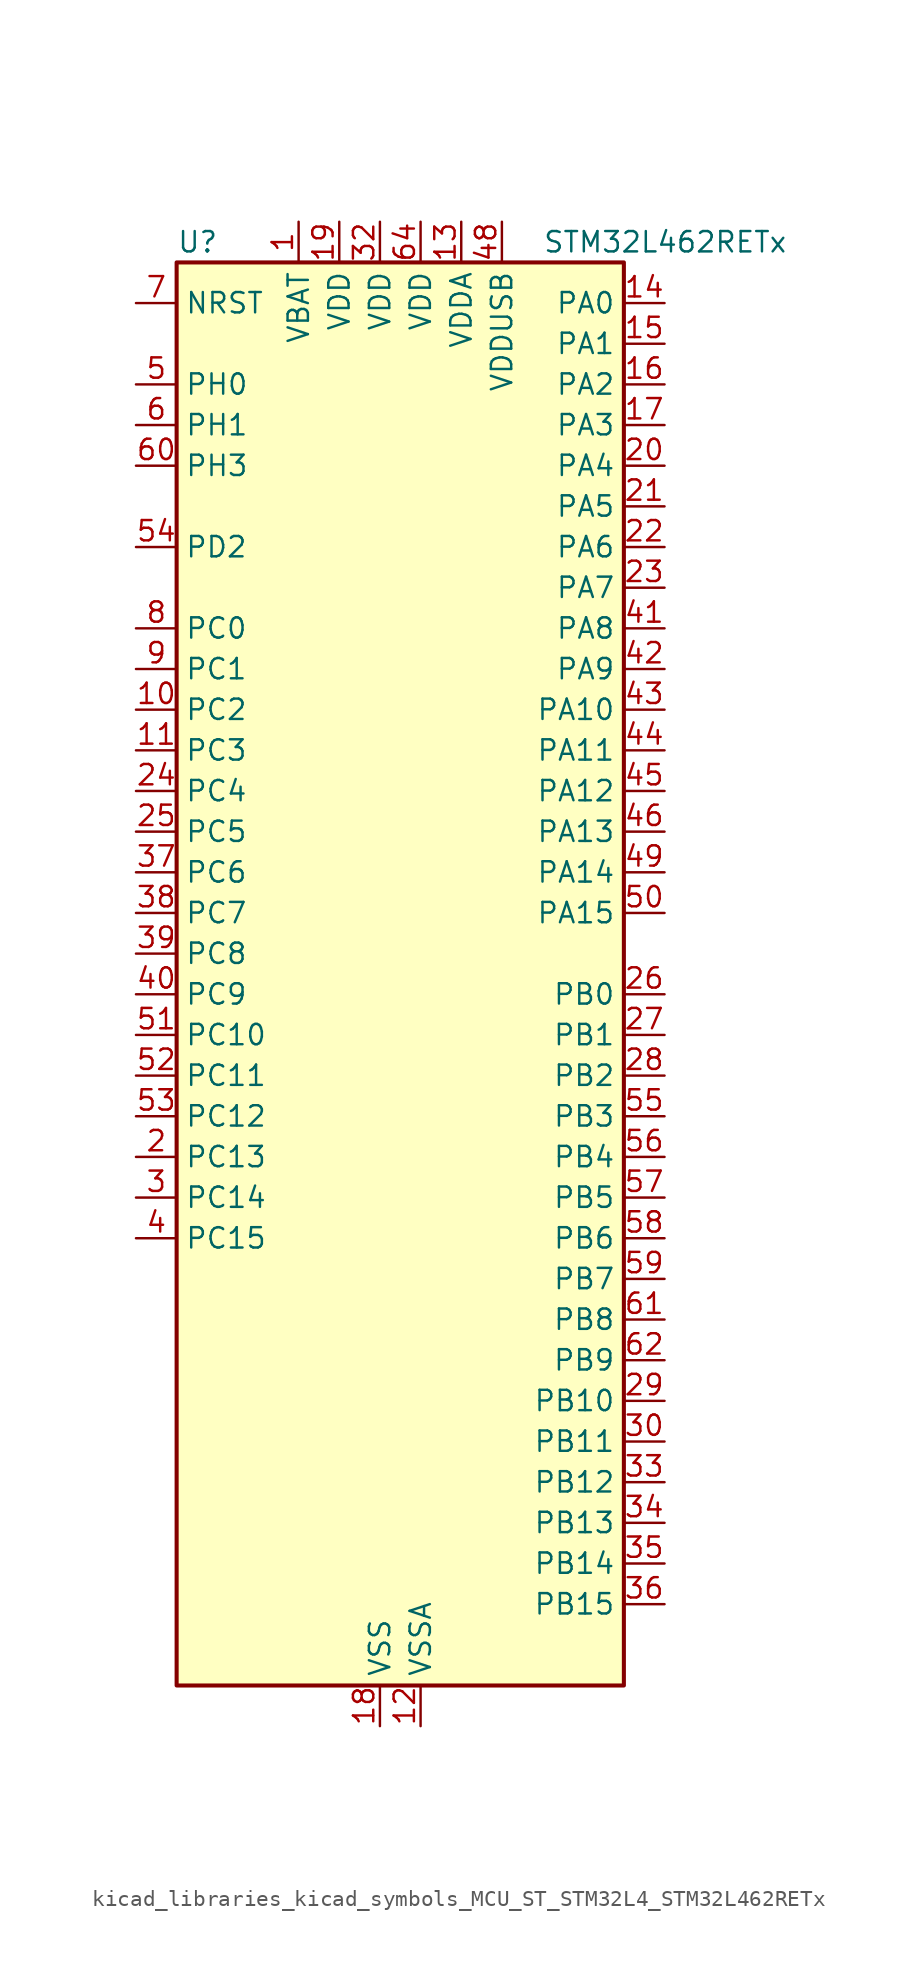
<source format=kicad_sym>
(kicad_symbol_lib
  (version 20220914)
  (generator kicad_symbol_editor)
  (symbol "kicad_libraries_kicad_symbols_MCU_ST_STM32L4_STM32L462RETx"
    (property "Reference" "U"
      (at -12.7 46.99 0)
      (effects (font (size 1.27 1.27)) (justify left)))
    (property "Value" "STM32L462RETx"
      (at 10.16 46.99 0)
      (effects (font (size 1.27 1.27)) (justify left)))
    (property "ki_locked" ""
      (at 0 0 0)
      (effects (font (size 1.27 1.27))))
    (symbol "kicad_libraries_kicad_symbols_MCU_ST_STM32L4_STM32L462RETx_0_1"
      (rectangle (start -12.7 -43.18) (end 15.24 45.72) (stroke (width 0.254) (type default)) (fill (type background))))
    (symbol "kicad_libraries_kicad_symbols_MCU_ST_STM32L4_STM32L462RETx_1_1"
      (pin power_in line (at -5.08 48.26 270) (length 2.54) (name "VBAT" (effects (font (size 1.27 1.27)))) (number "1" (effects (font (size 1.27 1.27)))))
      (pin bidirectional line (at -15.24 17.78 0) (length 2.54) (name "PC2" (effects (font (size 1.27 1.27)))) (number "10" (effects (font (size 1.27 1.27)))) (alternate "ADC1_IN3" bidirectional line) (alternate "DFSDM1_CKOUT" bidirectional line) (alternate "LPTIM1_IN2" bidirectional line) (alternate "SPI2_MISO" bidirectional line))
      (pin bidirectional line (at -15.24 15.24 0) (length 2.54) (name "PC3" (effects (font (size 1.27 1.27)))) (number "11" (effects (font (size 1.27 1.27)))) (alternate "ADC1_IN4" bidirectional line) (alternate "LPTIM1_ETR" bidirectional line) (alternate "LPTIM2_ETR" bidirectional line) (alternate "SAI1_SD_A" bidirectional line) (alternate "SPI2_MOSI" bidirectional line))
      (pin power_in line (at 2.54 -45.72 90) (length 2.54) (name "VSSA" (effects (font (size 1.27 1.27)))) (number "12" (effects (font (size 1.27 1.27)))))
      (pin power_in line (at 5.08 48.26 270) (length 2.54) (name "VDDA" (effects (font (size 1.27 1.27)))) (number "13" (effects (font (size 1.27 1.27)))))
      (pin bidirectional line (at 17.78 43.18 180) (length 2.54) (name "PA0" (effects (font (size 1.27 1.27)))) (number "14" (effects (font (size 1.27 1.27)))) (alternate "ADC1_IN5" bidirectional line) (alternate "COMP1_INM" bidirectional line) (alternate "COMP1_OUT" bidirectional line) (alternate "OPAMP1_VINP" bidirectional line) (alternate "RTC_TAMP2" bidirectional line) (alternate "SAI1_EXTCLK" bidirectional line) (alternate "SYS_WKUP1" bidirectional line) (alternate "TIM2_CH1" bidirectional line) (alternate "TIM2_ETR" bidirectional line) (alternate "UART4_TX" bidirectional line) (alternate "USART2_CTS" bidirectional line))
      (pin bidirectional line (at 17.78 40.64 180) (length 2.54) (name "PA1" (effects (font (size 1.27 1.27)))) (number "15" (effects (font (size 1.27 1.27)))) (alternate "ADC1_IN6" bidirectional line) (alternate "COMP1_INP" bidirectional line) (alternate "I2C1_SMBA" bidirectional line) (alternate "OPAMP1_VINM" bidirectional line) (alternate "SPI1_SCK" bidirectional line) (alternate "TIM15_CH1N" bidirectional line) (alternate "TIM2_CH2" bidirectional line) (alternate "UART4_RX" bidirectional line) (alternate "USART2_DE" bidirectional line) (alternate "USART2_RTS" bidirectional line))
      (pin bidirectional line (at 17.78 38.1 180) (length 2.54) (name "PA2" (effects (font (size 1.27 1.27)))) (number "16" (effects (font (size 1.27 1.27)))) (alternate "ADC1_IN7" bidirectional line) (alternate "COMP2_INM" bidirectional line) (alternate "COMP2_OUT" bidirectional line) (alternate "LPUART1_TX" bidirectional line) (alternate "QUADSPI_BK1_NCS" bidirectional line) (alternate "RCC_LSCO" bidirectional line) (alternate "SYS_WKUP4" bidirectional line) (alternate "TIM15_CH1" bidirectional line) (alternate "TIM2_CH3" bidirectional line) (alternate "USART2_TX" bidirectional line))
      (pin bidirectional line (at 17.78 35.56 180) (length 2.54) (name "PA3" (effects (font (size 1.27 1.27)))) (number "17" (effects (font (size 1.27 1.27)))) (alternate "ADC1_IN8" bidirectional line) (alternate "COMP2_INP" bidirectional line) (alternate "LPUART1_RX" bidirectional line) (alternate "OPAMP1_VOUT" bidirectional line) (alternate "QUADSPI_CLK" bidirectional line) (alternate "SAI1_MCLK_A" bidirectional line) (alternate "TIM15_CH2" bidirectional line) (alternate "TIM2_CH4" bidirectional line) (alternate "USART2_RX" bidirectional line))
      (pin power_in line (at 0 -45.72 90) (length 2.54) (name "VSS" (effects (font (size 1.27 1.27)))) (number "18" (effects (font (size 1.27 1.27)))))
      (pin power_in line (at -2.54 48.26 270) (length 2.54) (name "VDD" (effects (font (size 1.27 1.27)))) (number "19" (effects (font (size 1.27 1.27)))))
      (pin bidirectional line (at -15.24 -10.16 0) (length 2.54) (name "PC13" (effects (font (size 1.27 1.27)))) (number "2" (effects (font (size 1.27 1.27)))) (alternate "RTC_OUT_ALARM" bidirectional line) (alternate "RTC_OUT_CALIB" bidirectional line) (alternate "RTC_TAMP1" bidirectional line) (alternate "RTC_TS" bidirectional line) (alternate "SYS_WKUP2" bidirectional line))
      (pin bidirectional line (at 17.78 33.02 180) (length 2.54) (name "PA4" (effects (font (size 1.27 1.27)))) (number "20" (effects (font (size 1.27 1.27)))) (alternate "ADC1_IN9" bidirectional line) (alternate "COMP1_INM" bidirectional line) (alternate "COMP2_INM" bidirectional line) (alternate "DAC1_OUT1" bidirectional line) (alternate "LPTIM2_OUT" bidirectional line) (alternate "SAI1_FS_B" bidirectional line) (alternate "SPI1_NSS" bidirectional line) (alternate "SPI3_NSS" bidirectional line) (alternate "USART2_CK" bidirectional line))
      (pin bidirectional line (at 17.78 30.48 180) (length 2.54) (name "PA5" (effects (font (size 1.27 1.27)))) (number "21" (effects (font (size 1.27 1.27)))) (alternate "ADC1_IN10" bidirectional line) (alternate "COMP1_INM" bidirectional line) (alternate "COMP2_INM" bidirectional line) (alternate "DFSDM1_CKOUT" bidirectional line) (alternate "LPTIM2_ETR" bidirectional line) (alternate "SPI1_SCK" bidirectional line) (alternate "TIM2_CH1" bidirectional line) (alternate "TIM2_ETR" bidirectional line))
      (pin bidirectional line (at 17.78 27.94 180) (length 2.54) (name "PA6" (effects (font (size 1.27 1.27)))) (number "22" (effects (font (size 1.27 1.27)))) (alternate "ADC1_IN11" bidirectional line) (alternate "COMP1_OUT" bidirectional line) (alternate "LPUART1_CTS" bidirectional line) (alternate "QUADSPI_BK1_IO3" bidirectional line) (alternate "SPI1_MISO" bidirectional line) (alternate "TIM16_CH1" bidirectional line) (alternate "TIM1_BKIN" bidirectional line) (alternate "TIM1_BKIN_COMP2" bidirectional line) (alternate "TIM3_CH1" bidirectional line) (alternate "USART3_CTS" bidirectional line))
      (pin bidirectional line (at 17.78 25.4 180) (length 2.54) (name "PA7" (effects (font (size 1.27 1.27)))) (number "23" (effects (font (size 1.27 1.27)))) (alternate "ADC1_IN12" bidirectional line) (alternate "COMP2_OUT" bidirectional line) (alternate "DFSDM1_DATIN0" bidirectional line) (alternate "I2C3_SCL" bidirectional line) (alternate "QUADSPI_BK1_IO2" bidirectional line) (alternate "SPI1_MOSI" bidirectional line) (alternate "TIM1_CH1N" bidirectional line) (alternate "TIM3_CH2" bidirectional line))
      (pin bidirectional line (at -15.24 12.7 0) (length 2.54) (name "PC4" (effects (font (size 1.27 1.27)))) (number "24" (effects (font (size 1.27 1.27)))) (alternate "ADC1_IN13" bidirectional line) (alternate "COMP1_INM" bidirectional line) (alternate "USART3_TX" bidirectional line))
      (pin bidirectional line (at -15.24 10.16 0) (length 2.54) (name "PC5" (effects (font (size 1.27 1.27)))) (number "25" (effects (font (size 1.27 1.27)))) (alternate "ADC1_IN14" bidirectional line) (alternate "COMP1_INP" bidirectional line) (alternate "SYS_WKUP5" bidirectional line) (alternate "USART3_RX" bidirectional line))
      (pin bidirectional line (at 17.78 0 180) (length 2.54) (name "PB0" (effects (font (size 1.27 1.27)))) (number "26" (effects (font (size 1.27 1.27)))) (alternate "ADC1_IN15" bidirectional line) (alternate "COMP1_OUT" bidirectional line) (alternate "DFSDM1_CKIN0" bidirectional line) (alternate "QUADSPI_BK1_IO1" bidirectional line) (alternate "SAI1_EXTCLK" bidirectional line) (alternate "SPI1_NSS" bidirectional line) (alternate "TIM1_CH2N" bidirectional line) (alternate "TIM3_CH3" bidirectional line) (alternate "USART3_CK" bidirectional line))
      (pin bidirectional line (at 17.78 -2.54 180) (length 2.54) (name "PB1" (effects (font (size 1.27 1.27)))) (number "27" (effects (font (size 1.27 1.27)))) (alternate "ADC1_IN16" bidirectional line) (alternate "COMP1_INM" bidirectional line) (alternate "DFSDM1_DATIN0" bidirectional line) (alternate "LPTIM2_IN1" bidirectional line) (alternate "LPUART1_DE" bidirectional line) (alternate "LPUART1_RTS" bidirectional line) (alternate "QUADSPI_BK1_IO0" bidirectional line) (alternate "TIM1_CH3N" bidirectional line) (alternate "TIM3_CH4" bidirectional line) (alternate "USART3_DE" bidirectional line) (alternate "USART3_RTS" bidirectional line))
      (pin bidirectional line (at 17.78 -5.08 180) (length 2.54) (name "PB2" (effects (font (size 1.27 1.27)))) (number "28" (effects (font (size 1.27 1.27)))) (alternate "COMP1_INP" bidirectional line) (alternate "DFSDM1_CKIN0" bidirectional line) (alternate "I2C3_SMBA" bidirectional line) (alternate "LPTIM1_OUT" bidirectional line) (alternate "RTC_OUT_ALARM" bidirectional line) (alternate "RTC_OUT_CALIB" bidirectional line))
      (pin bidirectional line (at 17.78 -25.4 180) (length 2.54) (name "PB10" (effects (font (size 1.27 1.27)))) (number "29" (effects (font (size 1.27 1.27)))) (alternate "COMP1_OUT" bidirectional line) (alternate "I2C2_SCL" bidirectional line) (alternate "I2C4_SCL" bidirectional line) (alternate "LPUART1_RX" bidirectional line) (alternate "QUADSPI_CLK" bidirectional line) (alternate "SAI1_SCK_A" bidirectional line) (alternate "SPI2_SCK" bidirectional line) (alternate "TIM2_CH3" bidirectional line) (alternate "TSC_SYNC" bidirectional line) (alternate "USART3_TX" bidirectional line))
      (pin bidirectional line (at -15.24 -12.7 0) (length 2.54) (name "PC14" (effects (font (size 1.27 1.27)))) (number "3" (effects (font (size 1.27 1.27)))) (alternate "RCC_OSC32_IN" bidirectional line))
      (pin bidirectional line (at 17.78 -27.94 180) (length 2.54) (name "PB11" (effects (font (size 1.27 1.27)))) (number "30" (effects (font (size 1.27 1.27)))) (alternate "ADC1_EXTI11" bidirectional line) (alternate "COMP2_OUT" bidirectional line) (alternate "I2C2_SDA" bidirectional line) (alternate "I2C4_SDA" bidirectional line) (alternate "LPUART1_TX" bidirectional line) (alternate "QUADSPI_BK1_NCS" bidirectional line) (alternate "TIM2_CH4" bidirectional line) (alternate "USART3_RX" bidirectional line))
      (pin passive line (at 0 -45.72 90) (length 2.54) hide (name "VSS" (effects (font (size 1.27 1.27)))) (number "31" (effects (font (size 1.27 1.27)))))
      (pin power_in line (at 0 48.26 270) (length 2.54) (name "VDD" (effects (font (size 1.27 1.27)))) (number "32" (effects (font (size 1.27 1.27)))))
      (pin bidirectional line (at 17.78 -30.48 180) (length 2.54) (name "PB12" (effects (font (size 1.27 1.27)))) (number "33" (effects (font (size 1.27 1.27)))) (alternate "CAN1_RX" bidirectional line) (alternate "DFSDM1_DATIN1" bidirectional line) (alternate "I2C2_SMBA" bidirectional line) (alternate "LPUART1_DE" bidirectional line) (alternate "LPUART1_RTS" bidirectional line) (alternate "SAI1_FS_A" bidirectional line) (alternate "SPI2_NSS" bidirectional line) (alternate "TIM15_BKIN" bidirectional line) (alternate "TIM1_BKIN" bidirectional line) (alternate "TIM1_BKIN_COMP2" bidirectional line) (alternate "TSC_G1_IO1" bidirectional line) (alternate "USART3_CK" bidirectional line))
      (pin bidirectional line (at 17.78 -33.02 180) (length 2.54) (name "PB13" (effects (font (size 1.27 1.27)))) (number "34" (effects (font (size 1.27 1.27)))) (alternate "CAN1_TX" bidirectional line) (alternate "DFSDM1_CKIN1" bidirectional line) (alternate "I2C2_SCL" bidirectional line) (alternate "LPUART1_CTS" bidirectional line) (alternate "SAI1_SCK_A" bidirectional line) (alternate "SPI2_SCK" bidirectional line) (alternate "TIM15_CH1N" bidirectional line) (alternate "TIM1_CH1N" bidirectional line) (alternate "TSC_G1_IO2" bidirectional line) (alternate "USART3_CTS" bidirectional line))
      (pin bidirectional line (at 17.78 -35.56 180) (length 2.54) (name "PB14" (effects (font (size 1.27 1.27)))) (number "35" (effects (font (size 1.27 1.27)))) (alternate "DFSDM1_DATIN2" bidirectional line) (alternate "I2C2_SDA" bidirectional line) (alternate "SAI1_MCLK_A" bidirectional line) (alternate "SPI2_MISO" bidirectional line) (alternate "TIM15_CH1" bidirectional line) (alternate "TIM1_CH2N" bidirectional line) (alternate "TSC_G1_IO3" bidirectional line) (alternate "USART3_DE" bidirectional line) (alternate "USART3_RTS" bidirectional line))
      (pin bidirectional line (at 17.78 -38.1 180) (length 2.54) (name "PB15" (effects (font (size 1.27 1.27)))) (number "36" (effects (font (size 1.27 1.27)))) (alternate "ADC1_EXTI15" bidirectional line) (alternate "DFSDM1_CKIN2" bidirectional line) (alternate "RTC_REFIN" bidirectional line) (alternate "SAI1_SD_A" bidirectional line) (alternate "SPI2_MOSI" bidirectional line) (alternate "TIM15_CH2" bidirectional line) (alternate "TIM1_CH3N" bidirectional line) (alternate "TSC_G1_IO4" bidirectional line))
      (pin bidirectional line (at -15.24 7.62 0) (length 2.54) (name "PC6" (effects (font (size 1.27 1.27)))) (number "37" (effects (font (size 1.27 1.27)))) (alternate "DFSDM1_CKIN3" bidirectional line) (alternate "SDMMC1_D6" bidirectional line) (alternate "TIM3_CH1" bidirectional line) (alternate "TSC_G4_IO1" bidirectional line))
      (pin bidirectional line (at -15.24 5.08 0) (length 2.54) (name "PC7" (effects (font (size 1.27 1.27)))) (number "38" (effects (font (size 1.27 1.27)))) (alternate "DFSDM1_DATIN3" bidirectional line) (alternate "SDMMC1_D7" bidirectional line) (alternate "TIM3_CH2" bidirectional line) (alternate "TSC_G4_IO2" bidirectional line))
      (pin bidirectional line (at -15.24 2.54 0) (length 2.54) (name "PC8" (effects (font (size 1.27 1.27)))) (number "39" (effects (font (size 1.27 1.27)))) (alternate "SDMMC1_D0" bidirectional line) (alternate "TIM3_CH3" bidirectional line) (alternate "TSC_G4_IO3" bidirectional line))
      (pin bidirectional line (at -15.24 -15.24 0) (length 2.54) (name "PC15" (effects (font (size 1.27 1.27)))) (number "4" (effects (font (size 1.27 1.27)))) (alternate "ADC1_EXTI15" bidirectional line) (alternate "RCC_OSC32_OUT" bidirectional line))
      (pin bidirectional line (at -15.24 0 0) (length 2.54) (name "PC9" (effects (font (size 1.27 1.27)))) (number "40" (effects (font (size 1.27 1.27)))) (alternate "DAC1_EXTI9" bidirectional line) (alternate "SDMMC1_D1" bidirectional line) (alternate "TIM3_CH4" bidirectional line) (alternate "TSC_G4_IO4" bidirectional line) (alternate "USB_NOE" bidirectional line))
      (pin bidirectional line (at 17.78 22.86 180) (length 2.54) (name "PA8" (effects (font (size 1.27 1.27)))) (number "41" (effects (font (size 1.27 1.27)))) (alternate "DFSDM1_CKIN1" bidirectional line) (alternate "LPTIM2_OUT" bidirectional line) (alternate "RCC_MCO" bidirectional line) (alternate "SAI1_SCK_A" bidirectional line) (alternate "TIM1_CH1" bidirectional line) (alternate "USART1_CK" bidirectional line))
      (pin bidirectional line (at 17.78 20.32 180) (length 2.54) (name "PA9" (effects (font (size 1.27 1.27)))) (number "42" (effects (font (size 1.27 1.27)))) (alternate "DAC1_EXTI9" bidirectional line) (alternate "DFSDM1_DATIN1" bidirectional line) (alternate "I2C1_SCL" bidirectional line) (alternate "SAI1_FS_A" bidirectional line) (alternate "TIM15_BKIN" bidirectional line) (alternate "TIM1_CH2" bidirectional line) (alternate "USART1_TX" bidirectional line))
      (pin bidirectional line (at 17.78 17.78 180) (length 2.54) (name "PA10" (effects (font (size 1.27 1.27)))) (number "43" (effects (font (size 1.27 1.27)))) (alternate "CRS_SYNC" bidirectional line) (alternate "I2C1_SDA" bidirectional line) (alternate "SAI1_SD_A" bidirectional line) (alternate "TIM1_CH3" bidirectional line) (alternate "USART1_RX" bidirectional line))
      (pin bidirectional line (at 17.78 15.24 180) (length 2.54) (name "PA11" (effects (font (size 1.27 1.27)))) (number "44" (effects (font (size 1.27 1.27)))) (alternate "ADC1_EXTI11" bidirectional line) (alternate "CAN1_RX" bidirectional line) (alternate "COMP1_OUT" bidirectional line) (alternate "SPI1_MISO" bidirectional line) (alternate "TIM1_BKIN2" bidirectional line) (alternate "TIM1_BKIN2_COMP1" bidirectional line) (alternate "TIM1_CH4" bidirectional line) (alternate "USART1_CTS" bidirectional line) (alternate "USB_DM" bidirectional line))
      (pin bidirectional line (at 17.78 12.7 180) (length 2.54) (name "PA12" (effects (font (size 1.27 1.27)))) (number "45" (effects (font (size 1.27 1.27)))) (alternate "CAN1_TX" bidirectional line) (alternate "SPI1_MOSI" bidirectional line) (alternate "TIM1_ETR" bidirectional line) (alternate "USART1_DE" bidirectional line) (alternate "USART1_RTS" bidirectional line) (alternate "USB_DP" bidirectional line))
      (pin bidirectional line (at 17.78 10.16 180) (length 2.54) (name "PA13" (effects (font (size 1.27 1.27)))) (number "46" (effects (font (size 1.27 1.27)))) (alternate "IR_OUT" bidirectional line) (alternate "SAI1_SD_B" bidirectional line) (alternate "SYS_JTMS-SWDIO" bidirectional line) (alternate "USB_NOE" bidirectional line))
      (pin passive line (at 0 -45.72 90) (length 2.54) hide (name "VSS" (effects (font (size 1.27 1.27)))) (number "47" (effects (font (size 1.27 1.27)))))
      (pin power_in line (at 7.62 48.26 270) (length 2.54) (name "VDDUSB" (effects (font (size 1.27 1.27)))) (number "48" (effects (font (size 1.27 1.27)))))
      (pin bidirectional line (at 17.78 7.62 180) (length 2.54) (name "PA14" (effects (font (size 1.27 1.27)))) (number "49" (effects (font (size 1.27 1.27)))) (alternate "I2C1_SMBA" bidirectional line) (alternate "I2C4_SMBA" bidirectional line) (alternate "LPTIM1_OUT" bidirectional line) (alternate "SAI1_FS_B" bidirectional line) (alternate "SYS_JTCK-SWCLK" bidirectional line))
      (pin bidirectional line (at -15.24 38.1 0) (length 2.54) (name "PH0" (effects (font (size 1.27 1.27)))) (number "5" (effects (font (size 1.27 1.27)))) (alternate "RCC_OSC_IN" bidirectional line))
      (pin bidirectional line (at 17.78 5.08 180) (length 2.54) (name "PA15" (effects (font (size 1.27 1.27)))) (number "50" (effects (font (size 1.27 1.27)))) (alternate "ADC1_EXTI15" bidirectional line) (alternate "SPI1_NSS" bidirectional line) (alternate "SPI3_NSS" bidirectional line) (alternate "SYS_JTDI" bidirectional line) (alternate "TIM2_CH1" bidirectional line) (alternate "TIM2_ETR" bidirectional line) (alternate "TSC_G3_IO1" bidirectional line) (alternate "UART4_DE" bidirectional line) (alternate "UART4_RTS" bidirectional line) (alternate "USART2_RX" bidirectional line) (alternate "USART3_DE" bidirectional line) (alternate "USART3_RTS" bidirectional line))
      (pin bidirectional line (at -15.24 -2.54 0) (length 2.54) (name "PC10" (effects (font (size 1.27 1.27)))) (number "51" (effects (font (size 1.27 1.27)))) (alternate "SDMMC1_D2" bidirectional line) (alternate "SPI3_SCK" bidirectional line) (alternate "SYS_TRACED1" bidirectional line) (alternate "TSC_G3_IO2" bidirectional line) (alternate "UART4_TX" bidirectional line) (alternate "USART3_TX" bidirectional line))
      (pin bidirectional line (at -15.24 -5.08 0) (length 2.54) (name "PC11" (effects (font (size 1.27 1.27)))) (number "52" (effects (font (size 1.27 1.27)))) (alternate "ADC1_EXTI11" bidirectional line) (alternate "SDMMC1_D3" bidirectional line) (alternate "SPI3_MISO" bidirectional line) (alternate "TSC_G3_IO3" bidirectional line) (alternate "UART4_RX" bidirectional line) (alternate "USART3_RX" bidirectional line))
      (pin bidirectional line (at -15.24 -7.62 0) (length 2.54) (name "PC12" (effects (font (size 1.27 1.27)))) (number "53" (effects (font (size 1.27 1.27)))) (alternate "SDMMC1_CK" bidirectional line) (alternate "SPI3_MOSI" bidirectional line) (alternate "SYS_TRACED3" bidirectional line) (alternate "TSC_G3_IO4" bidirectional line) (alternate "USART3_CK" bidirectional line))
      (pin bidirectional line (at -15.24 27.94 0) (length 2.54) (name "PD2" (effects (font (size 1.27 1.27)))) (number "54" (effects (font (size 1.27 1.27)))) (alternate "SDMMC1_CMD" bidirectional line) (alternate "SYS_TRACED2" bidirectional line) (alternate "TIM3_ETR" bidirectional line) (alternate "TSC_SYNC" bidirectional line) (alternate "USART3_DE" bidirectional line) (alternate "USART3_RTS" bidirectional line))
      (pin bidirectional line (at 17.78 -7.62 180) (length 2.54) (name "PB3" (effects (font (size 1.27 1.27)))) (number "55" (effects (font (size 1.27 1.27)))) (alternate "COMP2_INM" bidirectional line) (alternate "SAI1_SCK_B" bidirectional line) (alternate "SPI1_SCK" bidirectional line) (alternate "SPI3_SCK" bidirectional line) (alternate "SYS_JTDO-SWO" bidirectional line) (alternate "TIM2_CH2" bidirectional line) (alternate "USART1_DE" bidirectional line) (alternate "USART1_RTS" bidirectional line))
      (pin bidirectional line (at 17.78 -10.16 180) (length 2.54) (name "PB4" (effects (font (size 1.27 1.27)))) (number "56" (effects (font (size 1.27 1.27)))) (alternate "COMP2_INP" bidirectional line) (alternate "I2C3_SDA" bidirectional line) (alternate "SAI1_MCLK_B" bidirectional line) (alternate "SPI1_MISO" bidirectional line) (alternate "SPI3_MISO" bidirectional line) (alternate "SYS_JTRST" bidirectional line) (alternate "TIM3_CH1" bidirectional line) (alternate "TSC_G2_IO1" bidirectional line) (alternate "USART1_CTS" bidirectional line))
      (pin bidirectional line (at 17.78 -12.7 180) (length 2.54) (name "PB5" (effects (font (size 1.27 1.27)))) (number "57" (effects (font (size 1.27 1.27)))) (alternate "CAN1_RX" bidirectional line) (alternate "COMP2_OUT" bidirectional line) (alternate "I2C1_SMBA" bidirectional line) (alternate "LPTIM1_IN1" bidirectional line) (alternate "SAI1_SD_B" bidirectional line) (alternate "SPI1_MOSI" bidirectional line) (alternate "SPI3_MOSI" bidirectional line) (alternate "TIM16_BKIN" bidirectional line) (alternate "TIM3_CH2" bidirectional line) (alternate "TSC_G2_IO2" bidirectional line) (alternate "USART1_CK" bidirectional line))
      (pin bidirectional line (at 17.78 -15.24 180) (length 2.54) (name "PB6" (effects (font (size 1.27 1.27)))) (number "58" (effects (font (size 1.27 1.27)))) (alternate "CAN1_TX" bidirectional line) (alternate "COMP2_INP" bidirectional line) (alternate "I2C1_SCL" bidirectional line) (alternate "I2C4_SCL" bidirectional line) (alternate "LPTIM1_ETR" bidirectional line) (alternate "SAI1_FS_B" bidirectional line) (alternate "TIM16_CH1N" bidirectional line) (alternate "TSC_G2_IO3" bidirectional line) (alternate "USART1_TX" bidirectional line))
      (pin bidirectional line (at 17.78 -17.78 180) (length 2.54) (name "PB7" (effects (font (size 1.27 1.27)))) (number "59" (effects (font (size 1.27 1.27)))) (alternate "COMP2_INM" bidirectional line) (alternate "I2C1_SDA" bidirectional line) (alternate "I2C4_SDA" bidirectional line) (alternate "LPTIM1_IN2" bidirectional line) (alternate "SYS_PVD_IN" bidirectional line) (alternate "TSC_G2_IO4" bidirectional line) (alternate "UART4_CTS" bidirectional line) (alternate "USART1_RX" bidirectional line))
      (pin bidirectional line (at -15.24 35.56 0) (length 2.54) (name "PH1" (effects (font (size 1.27 1.27)))) (number "6" (effects (font (size 1.27 1.27)))) (alternate "RCC_OSC_OUT" bidirectional line))
      (pin bidirectional line (at -15.24 33.02 0) (length 2.54) (name "PH3" (effects (font (size 1.27 1.27)))) (number "60" (effects (font (size 1.27 1.27)))))
      (pin bidirectional line (at 17.78 -20.32 180) (length 2.54) (name "PB8" (effects (font (size 1.27 1.27)))) (number "61" (effects (font (size 1.27 1.27)))) (alternate "CAN1_RX" bidirectional line) (alternate "I2C1_SCL" bidirectional line) (alternate "SAI1_MCLK_A" bidirectional line) (alternate "SDMMC1_D4" bidirectional line) (alternate "TIM16_CH1" bidirectional line))
      (pin bidirectional line (at 17.78 -22.86 180) (length 2.54) (name "PB9" (effects (font (size 1.27 1.27)))) (number "62" (effects (font (size 1.27 1.27)))) (alternate "CAN1_TX" bidirectional line) (alternate "DAC1_EXTI9" bidirectional line) (alternate "I2C1_SDA" bidirectional line) (alternate "IR_OUT" bidirectional line) (alternate "SAI1_FS_A" bidirectional line) (alternate "SDMMC1_D5" bidirectional line) (alternate "SPI2_NSS" bidirectional line))
      (pin passive line (at 0 -45.72 90) (length 2.54) hide (name "VSS" (effects (font (size 1.27 1.27)))) (number "63" (effects (font (size 1.27 1.27)))))
      (pin power_in line (at 2.54 48.26 270) (length 2.54) (name "VDD" (effects (font (size 1.27 1.27)))) (number "64" (effects (font (size 1.27 1.27)))))
      (pin input line (at -15.24 43.18 0) (length 2.54) (name "NRST" (effects (font (size 1.27 1.27)))) (number "7" (effects (font (size 1.27 1.27)))))
      (pin bidirectional line (at -15.24 22.86 0) (length 2.54) (name "PC0" (effects (font (size 1.27 1.27)))) (number "8" (effects (font (size 1.27 1.27)))) (alternate "ADC1_IN1" bidirectional line) (alternate "I2C3_SCL" bidirectional line) (alternate "I2C4_SCL" bidirectional line) (alternate "LPTIM1_IN1" bidirectional line) (alternate "LPTIM2_IN1" bidirectional line) (alternate "LPUART1_RX" bidirectional line))
      (pin bidirectional line (at -15.24 20.32 0) (length 2.54) (name "PC1" (effects (font (size 1.27 1.27)))) (number "9" (effects (font (size 1.27 1.27)))) (alternate "ADC1_IN2" bidirectional line) (alternate "I2C3_SDA" bidirectional line) (alternate "I2C4_SDA" bidirectional line) (alternate "LPTIM1_OUT" bidirectional line) (alternate "LPUART1_TX" bidirectional line) (alternate "SYS_TRACED0" bidirectional line)))))
</source>
